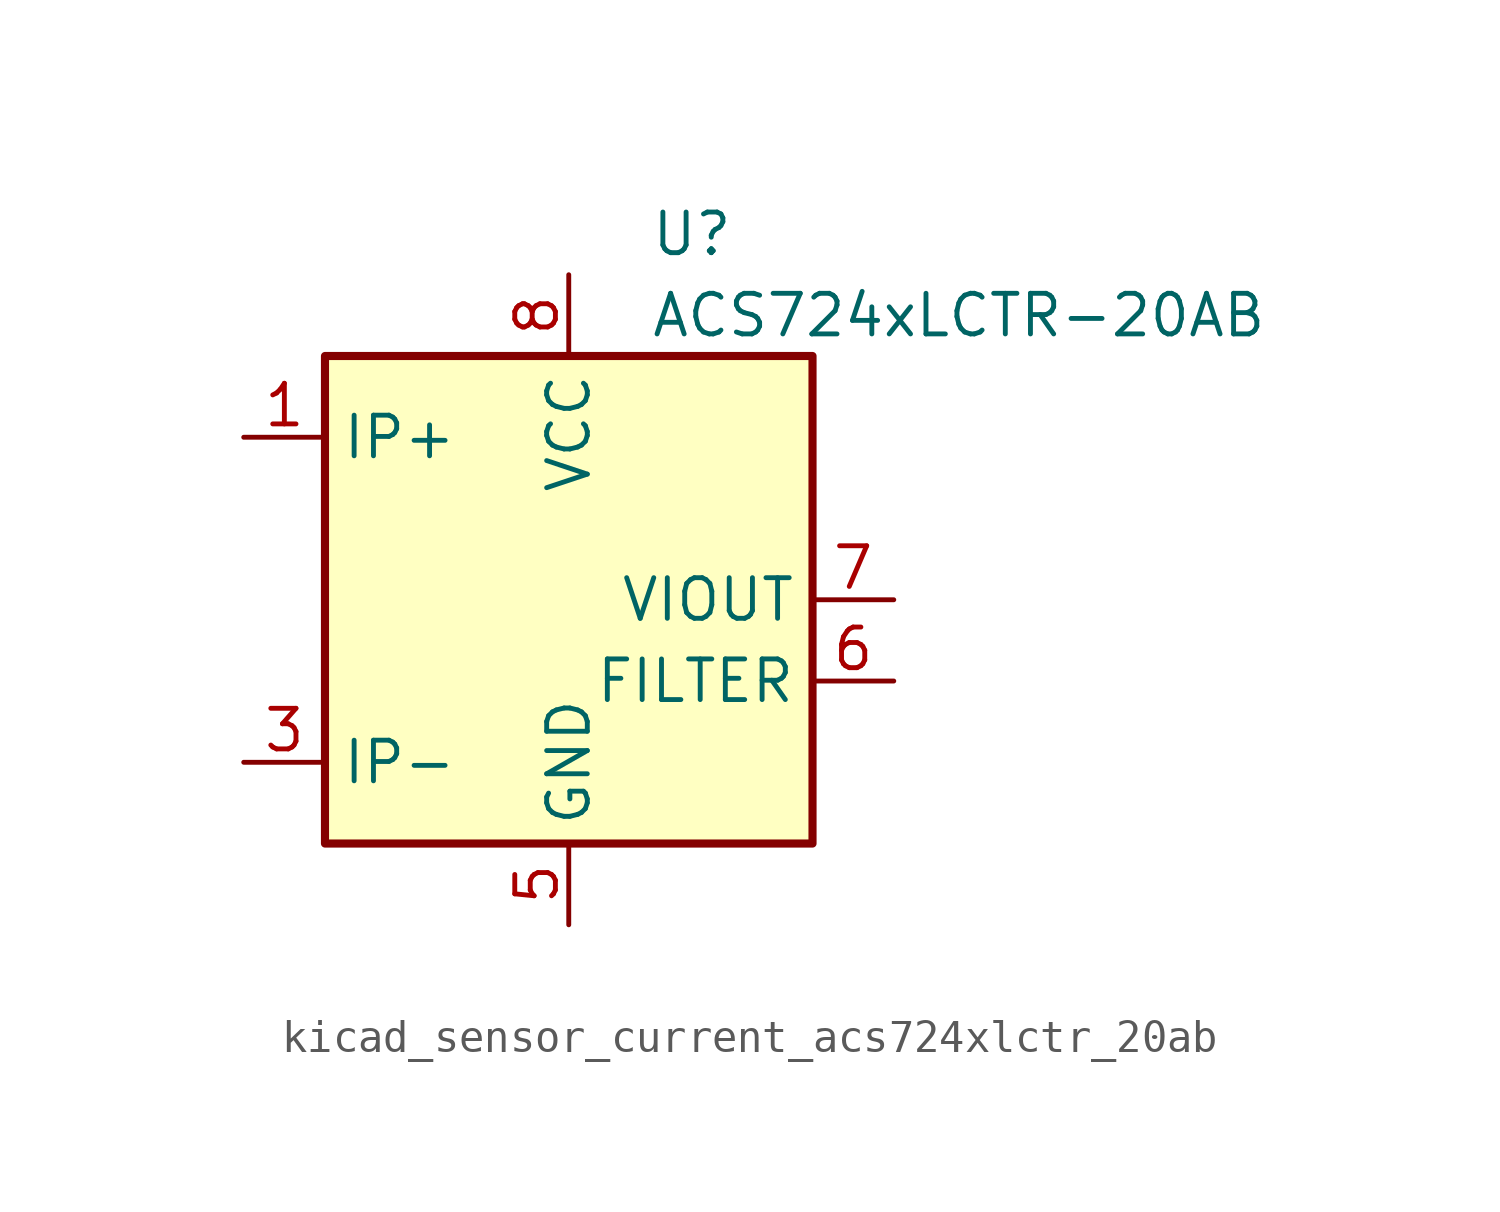
<source format=kicad_sym>
(kicad_symbol_lib
  (version 20220914)
  (generator kicad_symbol_editor)
  (symbol "kicad_sensor_current_acs724xlctr_20ab"
    (property "Reference" "U"
      (at 2.54 11.43 0)
      (effects (font (size 1.27 1.27)) (justify left)))
    (property "Value" "ACS724xLCTR-20AB"
      (at 2.54 8.89 0)
      (effects (font (size 1.27 1.27)) (justify left)))
    (symbol "kicad_sensor_current_acs724xlctr_20ab_0_1"
      (rectangle (start -7.62 7.62) (end 7.62 -7.62) (stroke (width 0.254) (type default)) (fill (type background))))
    (symbol "kicad_sensor_current_acs724xlctr_20ab_1_1"
      (pin passive line (at -10.16 5.08 0) (length 2.54) (name "IP+" (effects (font (size 1.27 1.27)))) (number "1" (effects (font (size 1.27 1.27)))))
      (pin passive line (at -10.16 5.08 0) (length 2.54) hide (name "IP+" (effects (font (size 1.27 1.27)))) (number "2" (effects (font (size 1.27 1.27)))))
      (pin passive line (at -10.16 -5.08 0) (length 2.54) (name "IP-" (effects (font (size 1.27 1.27)))) (number "3" (effects (font (size 1.27 1.27)))))
      (pin passive line (at -10.16 -5.08 0) (length 2.54) hide (name "IP-" (effects (font (size 1.27 1.27)))) (number "4" (effects (font (size 1.27 1.27)))))
      (pin power_in line (at 0 -10.16 90) (length 2.54) (name "GND" (effects (font (size 1.27 1.27)))) (number "5" (effects (font (size 1.27 1.27)))))
      (pin passive line (at 10.16 -2.54 180) (length 2.54) (name "FILTER" (effects (font (size 1.27 1.27)))) (number "6" (effects (font (size 1.27 1.27)))))
      (pin output line (at 10.16 0 180) (length 2.54) (name "VIOUT" (effects (font (size 1.27 1.27)))) (number "7" (effects (font (size 1.27 1.27)))))
      (pin power_in line (at 0 10.16 270) (length 2.54) (name "VCC" (effects (font (size 1.27 1.27)))) (number "8" (effects (font (size 1.27 1.27))))))))
</source>
